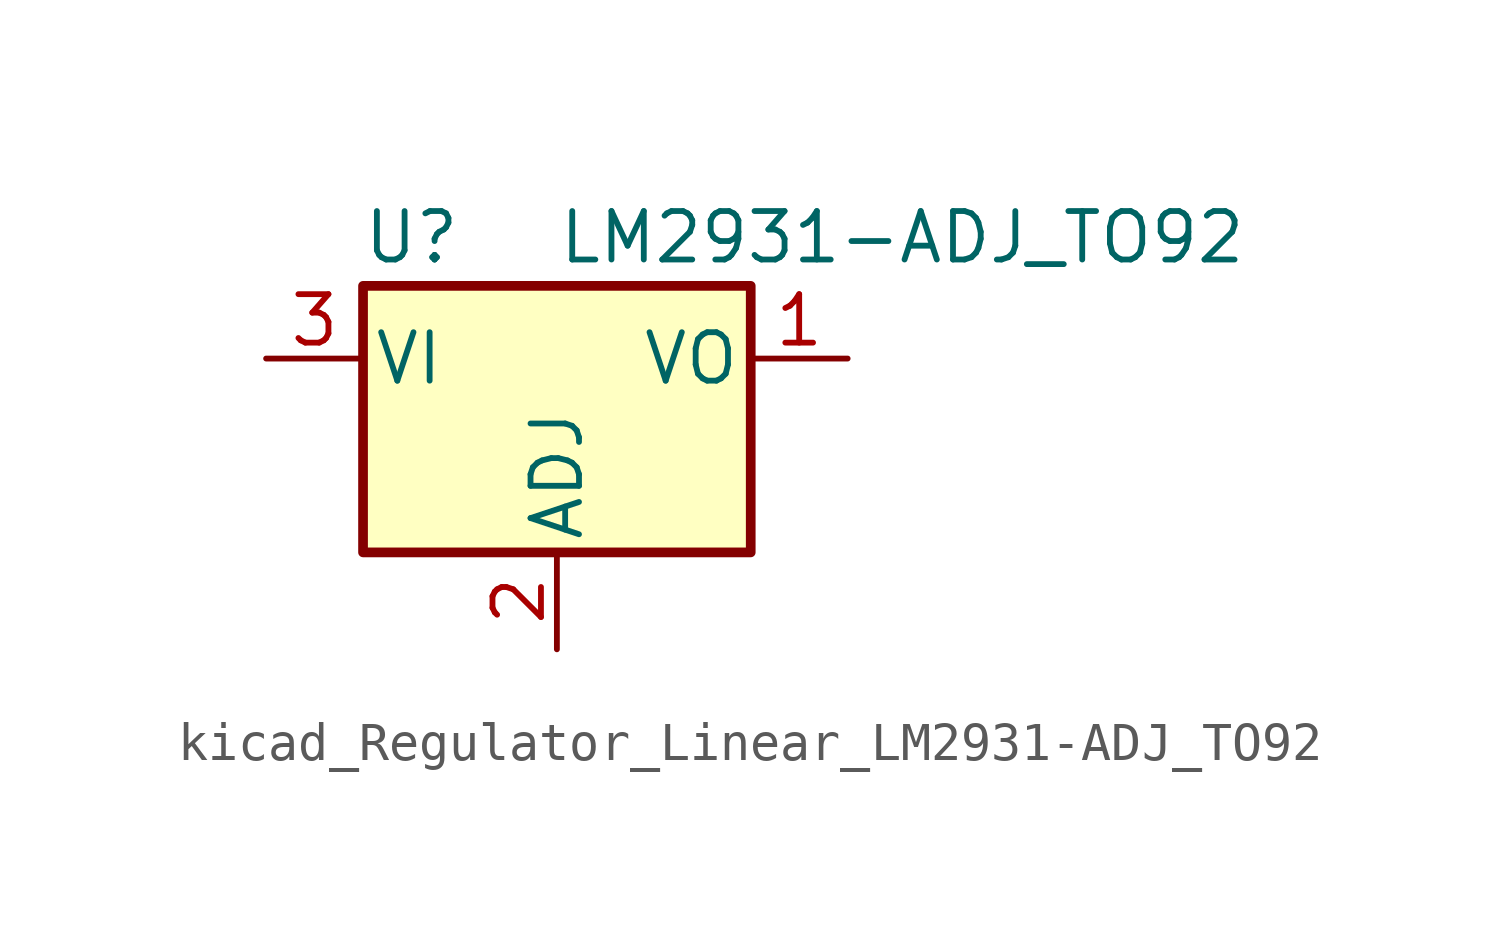
<source format=kicad_sym>
(kicad_symbol_lib
  (version 20220914)
  (generator kicad_symbol_editor)
  (symbol "kicad_Regulator_Linear_LM2931-ADJ_TO92"
    (pin_names
      (offset 0.254))
    (property "Reference" "U"
      (at -3.81 3.175 0)
      (effects (font (size 1.27 1.27))))
    (property "Value" "LM2931-ADJ_TO92"
      (at 0 3.175 0)
      (effects (font (size 1.27 1.27)) (justify left)))
    (symbol "kicad_Regulator_Linear_LM2931-ADJ_TO92_0_1"
      (rectangle (start -5.08 1.905) (end 5.08 -5.08) (stroke (width 0.254) (type default)) (fill (type background))))
    (symbol "kicad_Regulator_Linear_LM2931-ADJ_TO92_1_1"
      (pin power_out line (at 7.62 0 180) (length 2.54) (name "VO" (effects (font (size 1.27 1.27)))) (number "1" (effects (font (size 1.27 1.27)))))
      (pin input line (at 0 -7.62 90) (length 2.54) (name "ADJ" (effects (font (size 1.27 1.27)))) (number "2" (effects (font (size 1.27 1.27)))))
      (pin power_in line (at -7.62 0 0) (length 2.54) (name "VI" (effects (font (size 1.27 1.27)))) (number "3" (effects (font (size 1.27 1.27))))))))
</source>
